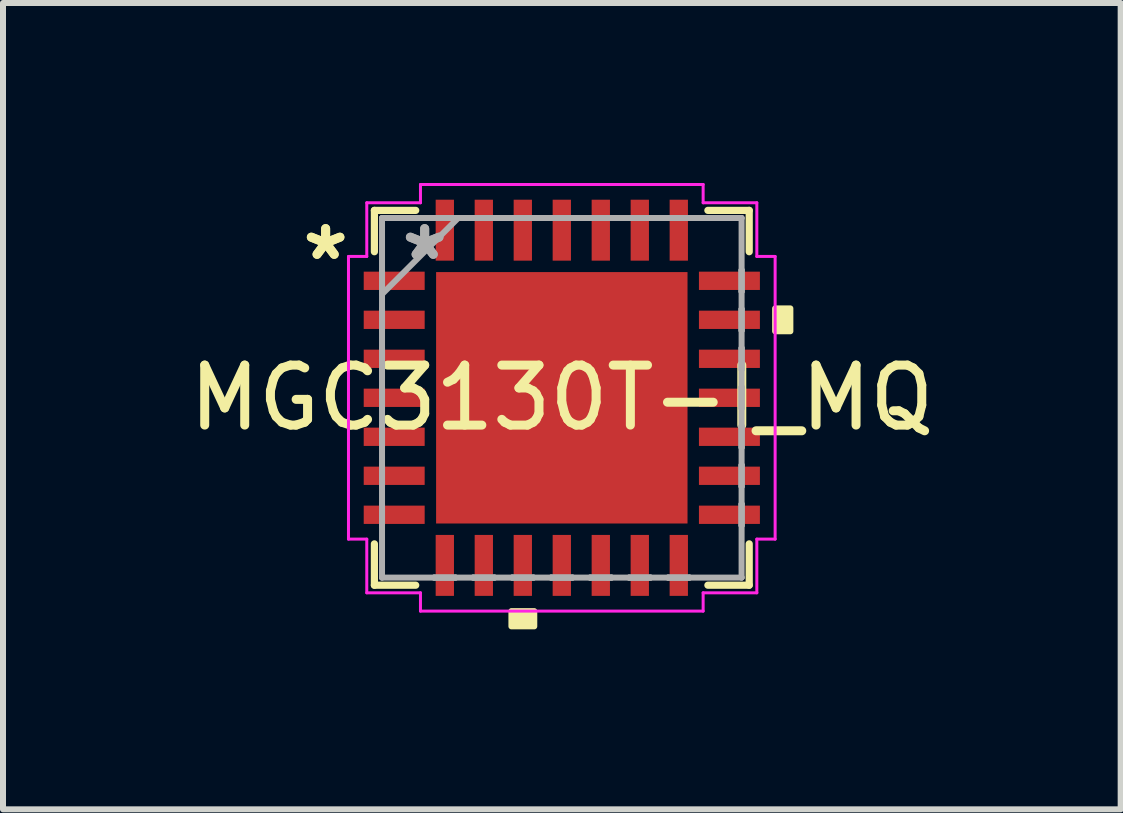
<source format=kicad_pcb>
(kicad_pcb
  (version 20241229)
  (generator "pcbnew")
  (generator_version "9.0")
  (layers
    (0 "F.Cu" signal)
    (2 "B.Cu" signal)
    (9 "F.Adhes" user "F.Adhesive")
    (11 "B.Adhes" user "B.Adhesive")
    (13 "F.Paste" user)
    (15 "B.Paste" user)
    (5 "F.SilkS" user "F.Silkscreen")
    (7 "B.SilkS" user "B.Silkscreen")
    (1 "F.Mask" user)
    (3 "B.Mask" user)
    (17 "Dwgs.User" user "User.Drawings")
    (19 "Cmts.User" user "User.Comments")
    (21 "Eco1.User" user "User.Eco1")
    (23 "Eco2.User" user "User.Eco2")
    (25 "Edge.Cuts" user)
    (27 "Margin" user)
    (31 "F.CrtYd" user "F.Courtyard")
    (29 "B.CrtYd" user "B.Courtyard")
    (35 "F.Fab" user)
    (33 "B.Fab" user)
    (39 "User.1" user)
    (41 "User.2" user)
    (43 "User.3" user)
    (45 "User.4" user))
  (footprint "MGC3130T-I_MQ"
    (layer "F.Cu")
    (at 6.315 3.581)
    (property "Reference" "MGC3130T-I_MQ" (at 0 0 0) (layer "F.SilkS") (effects (font (size 1 1) (thickness 0.15))))
    (attr through_hole)
    (fp_line (start -3.124 -3.124) (end -3.124 -2.435) (stroke (width 0.12) (type solid)) (layer "F.SilkS"))
    (fp_line (start -3.124 2.435) (end -3.124 3.124) (stroke (width 0.12) (type solid)) (layer "F.SilkS"))
    (fp_line (start -3.124 3.124) (end -2.435 3.124) (stroke (width 0.12) (type solid)) (layer "F.SilkS"))
    (fp_line (start -2.435 -3.124) (end -3.124 -3.124) (stroke (width 0.12) (type solid)) (layer "F.SilkS"))
    (fp_line (start 2.435 3.124) (end 3.124 3.124) (stroke (width 0.12) (type solid)) (layer "F.SilkS"))
    (fp_line (start 3.124 -3.124) (end 2.435 -3.124) (stroke (width 0.12) (type solid)) (layer "F.SilkS"))
    (fp_line (start 3.124 -2.435) (end 3.124 -3.124) (stroke (width 0.12) (type solid)) (layer "F.SilkS"))
    (fp_line (start 3.124 3.124) (end 3.124 2.435) (stroke (width 0.12) (type solid)) (layer "F.SilkS"))
    (fp_poly (pts (xy -0.84 3.556) (xy -0.84 3.81) (xy -0.459 3.81) (xy -0.459 3.556)) (stroke (width 0.1) (type solid)) (fill yes) (layer "F.SilkS"))
    (fp_poly (pts (xy 3.81 -1.49) (xy 3.81 -1.109) (xy 3.556 -1.109) (xy 3.556 -1.49)) (stroke (width 0.1) (type solid)) (fill yes) (layer "F.SilkS"))
    (fp_line (start -3.556 -2.356) (end -3.251 -2.356) (stroke (width 0.05) (type solid)) (layer "F.CrtYd"))
    (fp_line (start -3.556 2.356) (end -3.556 -2.356) (stroke (width 0.05) (type solid)) (layer "F.CrtYd"))
    (fp_line (start -3.251 -3.251) (end -2.356 -3.251) (stroke (width 0.05) (type solid)) (layer "F.CrtYd"))
    (fp_line (start -3.251 -2.356) (end -3.251 -3.251) (stroke (width 0.05) (type solid)) (layer "F.CrtYd"))
    (fp_line (start -3.251 2.356) (end -3.556 2.356) (stroke (width 0.05) (type solid)) (layer "F.CrtYd"))
    (fp_line (start -3.251 3.251) (end -3.251 2.356) (stroke (width 0.05) (type solid)) (layer "F.CrtYd"))
    (fp_line (start -2.356 -3.556) (end 2.356 -3.556) (stroke (width 0.05) (type solid)) (layer "F.CrtYd"))
    (fp_line (start -2.356 -3.251) (end -2.356 -3.556) (stroke (width 0.05) (type solid)) (layer "F.CrtYd"))
    (fp_line (start -2.356 3.251) (end -3.251 3.251) (stroke (width 0.05) (type solid)) (layer "F.CrtYd"))
    (fp_line (start -2.356 3.556) (end -2.356 3.251) (stroke (width 0.05) (type solid)) (layer "F.CrtYd"))
    (fp_line (start 2.356 -3.556) (end 2.356 -3.251) (stroke (width 0.05) (type solid)) (layer "F.CrtYd"))
    (fp_line (start 2.356 -3.251) (end 3.251 -3.251) (stroke (width 0.05) (type solid)) (layer "F.CrtYd"))
    (fp_line (start 2.356 3.251) (end 2.356 3.556) (stroke (width 0.05) (type solid)) (layer "F.CrtYd"))
    (fp_line (start 2.356 3.556) (end -2.356 3.556) (stroke (width 0.05) (type solid)) (layer "F.CrtYd"))
    (fp_line (start 3.251 -3.251) (end 3.251 -2.356) (stroke (width 0.05) (type solid)) (layer "F.CrtYd"))
    (fp_line (start 3.251 -2.356) (end 3.556 -2.356) (stroke (width 0.05) (type solid)) (layer "F.CrtYd"))
    (fp_line (start 3.251 2.356) (end 3.251 3.251) (stroke (width 0.05) (type solid)) (layer "F.CrtYd"))
    (fp_line (start 3.251 3.251) (end 2.356 3.251) (stroke (width 0.05) (type solid)) (layer "F.CrtYd"))
    (fp_line (start 3.556 -2.356) (end 3.556 2.356) (stroke (width 0.05) (type solid)) (layer "F.CrtYd"))
    (fp_line (start 3.556 2.356) (end 3.251 2.356) (stroke (width 0.05) (type solid)) (layer "F.CrtYd"))
    (fp_line (start -2.997 -2.997) (end -2.997 -2.997) (stroke (width 0.1) (type solid)) (layer "F.Fab"))
    (fp_line (start -2.997 -2.997) (end -2.997 2.997) (stroke (width 0.1) (type solid)) (layer "F.Fab"))
    (fp_line (start -2.997 -2.128) (end -2.997 -2.128) (stroke (width 0.1) (type solid)) (layer "F.Fab"))
    (fp_line (start -2.997 -2.128) (end -2.997 -1.772) (stroke (width 0.1) (type solid)) (layer "F.Fab"))
    (fp_line (start -2.997 -1.772) (end -2.997 -2.128) (stroke (width 0.1) (type solid)) (layer "F.Fab"))
    (fp_line (start -2.997 -1.772) (end -2.997 -1.772) (stroke (width 0.1) (type solid)) (layer "F.Fab"))
    (fp_line (start -2.997 -1.727) (end -1.727 -2.997) (stroke (width 0.1) (type solid)) (layer "F.Fab"))
    (fp_line (start -2.997 -1.478) (end -2.997 -1.478) (stroke (width 0.1) (type solid)) (layer "F.Fab"))
    (fp_line (start -2.997 -1.478) (end -2.997 -1.122) (stroke (width 0.1) (type solid)) (layer "F.Fab"))
    (fp_line (start -2.997 -1.122) (end -2.997 -1.478) (stroke (width 0.1) (type solid)) (layer "F.Fab"))
    (fp_line (start -2.997 -1.122) (end -2.997 -1.122) (stroke (width 0.1) (type solid)) (layer "F.Fab"))
    (fp_line (start -2.997 -0.828) (end -2.997 -0.828) (stroke (width 0.1) (type solid)) (layer "F.Fab"))
    (fp_line (start -2.997 -0.828) (end -2.997 -0.472) (stroke (width 0.1) (type solid)) (layer "F.Fab"))
    (fp_line (start -2.997 -0.472) (end -2.997 -0.828) (stroke (width 0.1) (type solid)) (layer "F.Fab"))
    (fp_line (start -2.997 -0.472) (end -2.997 -0.472) (stroke (width 0.1) (type solid)) (layer "F.Fab"))
    (fp_line (start -2.997 -0.178) (end -2.997 -0.178) (stroke (width 0.1) (type solid)) (layer "F.Fab"))
    (fp_line (start -2.997 -0.178) (end -2.997 0.178) (stroke (width 0.1) (type solid)) (layer "F.Fab"))
    (fp_line (start -2.997 0.178) (end -2.997 -0.178) (stroke (width 0.1) (type solid)) (layer "F.Fab"))
    (fp_line (start -2.997 0.178) (end -2.997 0.178) (stroke (width 0.1) (type solid)) (layer "F.Fab"))
    (fp_line (start -2.997 0.472) (end -2.997 0.472) (stroke (width 0.1) (type solid)) (layer "F.Fab"))
    (fp_line (start -2.997 0.472) (end -2.997 0.828) (stroke (width 0.1) (type solid)) (layer "F.Fab"))
    (fp_line (start -2.997 0.828) (end -2.997 0.472) (stroke (width 0.1) (type solid)) (layer "F.Fab"))
    (fp_line (start -2.997 0.828) (end -2.997 0.828) (stroke (width 0.1) (type solid)) (layer "F.Fab"))
    (fp_line (start -2.997 1.122) (end -2.997 1.122) (stroke (width 0.1) (type solid)) (layer "F.Fab"))
    (fp_line (start -2.997 1.122) (end -2.997 1.478) (stroke (width 0.1) (type solid)) (layer "F.Fab"))
    (fp_line (start -2.997 1.478) (end -2.997 1.122) (stroke (width 0.1) (type solid)) (layer "F.Fab"))
    (fp_line (start -2.997 1.478) (end -2.997 1.478) (stroke (width 0.1) (type solid)) (layer "F.Fab"))
    (fp_line (start -2.997 1.772) (end -2.997 1.772) (stroke (width 0.1) (type solid)) (layer "F.Fab"))
    (fp_line (start -2.997 1.772) (end -2.997 2.128) (stroke (width 0.1) (type solid)) (layer "F.Fab"))
    (fp_line (start -2.997 2.128) (end -2.997 1.772) (stroke (width 0.1) (type solid)) (layer "F.Fab"))
    (fp_line (start -2.997 2.128) (end -2.997 2.128) (stroke (width 0.1) (type solid)) (layer "F.Fab"))
    (fp_line (start -2.997 2.997) (end -2.997 2.997) (stroke (width 0.1) (type solid)) (layer "F.Fab"))
    (fp_line (start -2.997 2.997) (end 2.997 2.997) (stroke (width 0.1) (type solid)) (layer "F.Fab"))
    (fp_line (start -2.128 -2.997) (end -2.128 -2.997) (stroke (width 0.1) (type solid)) (layer "F.Fab"))
    (fp_line (start -2.128 -2.997) (end -1.772 -2.997) (stroke (width 0.1) (type solid)) (layer "F.Fab"))
    (fp_line (start -2.128 2.997) (end -2.128 2.997) (stroke (width 0.1) (type solid)) (layer "F.Fab"))
    (fp_line (start -2.128 2.997) (end -1.772 2.997) (stroke (width 0.1) (type solid)) (layer "F.Fab"))
    (fp_line (start -1.772 -2.997) (end -2.128 -2.997) (stroke (width 0.1) (type solid)) (layer "F.Fab"))
    (fp_line (start -1.772 -2.997) (end -1.772 -2.997) (stroke (width 0.1) (type solid)) (layer "F.Fab"))
    (fp_line (start -1.772 2.997) (end -2.128 2.997) (stroke (width 0.1) (type solid)) (layer "F.Fab"))
    (fp_line (start -1.772 2.997) (end -1.772 2.997) (stroke (width 0.1) (type solid)) (layer "F.Fab"))
    (fp_line (start -1.478 -2.997) (end -1.478 -2.997) (stroke (width 0.1) (type solid)) (layer "F.Fab"))
    (fp_line (start -1.478 -2.997) (end -1.122 -2.997) (stroke (width 0.1) (type solid)) (layer "F.Fab"))
    (fp_line (start -1.478 2.997) (end -1.478 2.997) (stroke (width 0.1) (type solid)) (layer "F.Fab"))
    (fp_line (start -1.478 2.997) (end -1.122 2.997) (stroke (width 0.1) (type solid)) (layer "F.Fab"))
    (fp_line (start -1.122 -2.997) (end -1.478 -2.997) (stroke (width 0.1) (type solid)) (layer "F.Fab"))
    (fp_line (start -1.122 -2.997) (end -1.122 -2.997) (stroke (width 0.1) (type solid)) (layer "F.Fab"))
    (fp_line (start -1.122 2.997) (end -1.478 2.997) (stroke (width 0.1) (type solid)) (layer "F.Fab"))
    (fp_line (start -1.122 2.997) (end -1.122 2.997) (stroke (width 0.1) (type solid)) (layer "F.Fab"))
    (fp_line (start -0.828 -2.997) (end -0.828 -2.997) (stroke (width 0.1) (type solid)) (layer "F.Fab"))
    (fp_line (start -0.828 -2.997) (end -0.472 -2.997) (stroke (width 0.1) (type solid)) (layer "F.Fab"))
    (fp_line (start -0.828 2.997) (end -0.828 2.997) (stroke (width 0.1) (type solid)) (layer "F.Fab"))
    (fp_line (start -0.828 2.997) (end -0.472 2.997) (stroke (width 0.1) (type solid)) (layer "F.Fab"))
    (fp_line (start -0.472 -2.997) (end -0.828 -2.997) (stroke (width 0.1) (type solid)) (layer "F.Fab"))
    (fp_line (start -0.472 -2.997) (end -0.472 -2.997) (stroke (width 0.1) (type solid)) (layer "F.Fab"))
    (fp_line (start -0.472 2.997) (end -0.828 2.997) (stroke (width 0.1) (type solid)) (layer "F.Fab"))
    (fp_line (start -0.472 2.997) (end -0.472 2.997) (stroke (width 0.1) (type solid)) (layer "F.Fab"))
    (fp_line (start -0.178 -2.997) (end -0.178 -2.997) (stroke (width 0.1) (type solid)) (layer "F.Fab"))
    (fp_line (start -0.178 -2.997) (end 0.178 -2.997) (stroke (width 0.1) (type solid)) (layer "F.Fab"))
    (fp_line (start -0.178 2.997) (end -0.178 2.997) (stroke (width 0.1) (type solid)) (layer "F.Fab"))
    (fp_line (start -0.178 2.997) (end 0.178 2.997) (stroke (width 0.1) (type solid)) (layer "F.Fab"))
    (fp_line (start 0.178 -2.997) (end -0.178 -2.997) (stroke (width 0.1) (type solid)) (layer "F.Fab"))
    (fp_line (start 0.178 -2.997) (end 0.178 -2.997) (stroke (width 0.1) (type solid)) (layer "F.Fab"))
    (fp_line (start 0.178 2.997) (end -0.178 2.997) (stroke (width 0.1) (type solid)) (layer "F.Fab"))
    (fp_line (start 0.178 2.997) (end 0.178 2.997) (stroke (width 0.1) (type solid)) (layer "F.Fab"))
    (fp_line (start 0.472 -2.997) (end 0.472 -2.997) (stroke (width 0.1) (type solid)) (layer "F.Fab"))
    (fp_line (start 0.472 -2.997) (end 0.828 -2.997) (stroke (width 0.1) (type solid)) (layer "F.Fab"))
    (fp_line (start 0.472 2.997) (end 0.472 2.997) (stroke (width 0.1) (type solid)) (layer "F.Fab"))
    (fp_line (start 0.472 2.997) (end 0.828 2.997) (stroke (width 0.1) (type solid)) (layer "F.Fab"))
    (fp_line (start 0.828 -2.997) (end 0.472 -2.997) (stroke (width 0.1) (type solid)) (layer "F.Fab"))
    (fp_line (start 0.828 -2.997) (end 0.828 -2.997) (stroke (width 0.1) (type solid)) (layer "F.Fab"))
    (fp_line (start 0.828 2.997) (end 0.472 2.997) (stroke (width 0.1) (type solid)) (layer "F.Fab"))
    (fp_line (start 0.828 2.997) (end 0.828 2.997) (stroke (width 0.1) (type solid)) (layer "F.Fab"))
    (fp_line (start 1.122 -2.997) (end 1.122 -2.997) (stroke (width 0.1) (type solid)) (layer "F.Fab"))
    (fp_line (start 1.122 -2.997) (end 1.478 -2.997) (stroke (width 0.1) (type solid)) (layer "F.Fab"))
    (fp_line (start 1.122 2.997) (end 1.122 2.997) (stroke (width 0.1) (type solid)) (layer "F.Fab"))
    (fp_line (start 1.122 2.997) (end 1.478 2.997) (stroke (width 0.1) (type solid)) (layer "F.Fab"))
    (fp_line (start 1.478 -2.997) (end 1.122 -2.997) (stroke (width 0.1) (type solid)) (layer "F.Fab"))
    (fp_line (start 1.478 -2.997) (end 1.478 -2.997) (stroke (width 0.1) (type solid)) (layer "F.Fab"))
    (fp_line (start 1.478 2.997) (end 1.122 2.997) (stroke (width 0.1) (type solid)) (layer "F.Fab"))
    (fp_line (start 1.478 2.997) (end 1.478 2.997) (stroke (width 0.1) (type solid)) (layer "F.Fab"))
    (fp_line (start 1.772 -2.997) (end 1.772 -2.997) (stroke (width 0.1) (type solid)) (layer "F.Fab"))
    (fp_line (start 1.772 -2.997) (end 2.128 -2.997) (stroke (width 0.1) (type solid)) (layer "F.Fab"))
    (fp_line (start 1.772 2.997) (end 1.772 2.997) (stroke (width 0.1) (type solid)) (layer "F.Fab"))
    (fp_line (start 1.772 2.997) (end 2.128 2.997) (stroke (width 0.1) (type solid)) (layer "F.Fab"))
    (fp_line (start 2.128 -2.997) (end 1.772 -2.997) (stroke (width 0.1) (type solid)) (layer "F.Fab"))
    (fp_line (start 2.128 -2.997) (end 2.128 -2.997) (stroke (width 0.1) (type solid)) (layer "F.Fab"))
    (fp_line (start 2.128 2.997) (end 1.772 2.997) (stroke (width 0.1) (type solid)) (layer "F.Fab"))
    (fp_line (start 2.128 2.997) (end 2.128 2.997) (stroke (width 0.1) (type solid)) (layer "F.Fab"))
    (fp_line (start 2.997 -2.997) (end -2.997 -2.997) (stroke (width 0.1) (type solid)) (layer "F.Fab"))
    (fp_line (start 2.997 -2.997) (end 2.997 -2.997) (stroke (width 0.1) (type solid)) (layer "F.Fab"))
    (fp_line (start 2.997 -2.128) (end 2.997 -2.128) (stroke (width 0.1) (type solid)) (layer "F.Fab"))
    (fp_line (start 2.997 -2.128) (end 2.997 -1.772) (stroke (width 0.1) (type solid)) (layer "F.Fab"))
    (fp_line (start 2.997 -1.772) (end 2.997 -2.128) (stroke (width 0.1) (type solid)) (layer "F.Fab"))
    (fp_line (start 2.997 -1.772) (end 2.997 -1.772) (stroke (width 0.1) (type solid)) (layer "F.Fab"))
    (fp_line (start 2.997 -1.478) (end 2.997 -1.478) (stroke (width 0.1) (type solid)) (layer "F.Fab"))
    (fp_line (start 2.997 -1.478) (end 2.997 -1.122) (stroke (width 0.1) (type solid)) (layer "F.Fab"))
    (fp_line (start 2.997 -1.122) (end 2.997 -1.478) (stroke (width 0.1) (type solid)) (layer "F.Fab"))
    (fp_line (start 2.997 -1.122) (end 2.997 -1.122) (stroke (width 0.1) (type solid)) (layer "F.Fab"))
    (fp_line (start 2.997 -0.828) (end 2.997 -0.828) (stroke (width 0.1) (type solid)) (layer "F.Fab"))
    (fp_line (start 2.997 -0.828) (end 2.997 -0.472) (stroke (width 0.1) (type solid)) (layer "F.Fab"))
    (fp_line (start 2.997 -0.472) (end 2.997 -0.828) (stroke (width 0.1) (type solid)) (layer "F.Fab"))
    (fp_line (start 2.997 -0.472) (end 2.997 -0.472) (stroke (width 0.1) (type solid)) (layer "F.Fab"))
    (fp_line (start 2.997 -0.178) (end 2.997 -0.178) (stroke (width 0.1) (type solid)) (layer "F.Fab"))
    (fp_line (start 2.997 -0.178) (end 2.997 0.178) (stroke (width 0.1) (type solid)) (layer "F.Fab"))
    (fp_line (start 2.997 0.178) (end 2.997 -0.178) (stroke (width 0.1) (type solid)) (layer "F.Fab"))
    (fp_line (start 2.997 0.178) (end 2.997 0.178) (stroke (width 0.1) (type solid)) (layer "F.Fab"))
    (fp_line (start 2.997 0.472) (end 2.997 0.472) (stroke (width 0.1) (type solid)) (layer "F.Fab"))
    (fp_line (start 2.997 0.472) (end 2.997 0.828) (stroke (width 0.1) (type solid)) (layer "F.Fab"))
    (fp_line (start 2.997 0.828) (end 2.997 0.472) (stroke (width 0.1) (type solid)) (layer "F.Fab"))
    (fp_line (start 2.997 0.828) (end 2.997 0.828) (stroke (width 0.1) (type solid)) (layer "F.Fab"))
    (fp_line (start 2.997 1.122) (end 2.997 1.122) (stroke (width 0.1) (type solid)) (layer "F.Fab"))
    (fp_line (start 2.997 1.122) (end 2.997 1.478) (stroke (width 0.1) (type solid)) (layer "F.Fab"))
    (fp_line (start 2.997 1.478) (end 2.997 1.122) (stroke (width 0.1) (type solid)) (layer "F.Fab"))
    (fp_line (start 2.997 1.478) (end 2.997 1.478) (stroke (width 0.1) (type solid)) (layer "F.Fab"))
    (fp_line (start 2.997 1.772) (end 2.997 1.772) (stroke (width 0.1) (type solid)) (layer "F.Fab"))
    (fp_line (start 2.997 1.772) (end 2.997 2.128) (stroke (width 0.1) (type solid)) (layer "F.Fab"))
    (fp_line (start 2.997 2.128) (end 2.997 1.772) (stroke (width 0.1) (type solid)) (layer "F.Fab"))
    (fp_line (start 2.997 2.128) (end 2.997 2.128) (stroke (width 0.1) (type solid)) (layer "F.Fab"))
    (fp_line (start 2.997 2.997) (end 2.997 -2.997) (stroke (width 0.1) (type solid)) (layer "F.Fab"))
    (fp_line (start 2.997 2.997) (end 2.997 2.997) (stroke (width 0.1) (type solid)) (layer "F.Fab"))
    (fp_text user "*" (at -3.937 -2.275 0) (layer "F.SilkS") (effects (font (size 1 1) (thickness 0.15))))
    (fp_text user "*" (at -3.937 -2.275 0) (layer "F.SilkS") (effects (font (size 1 1) (thickness 0.15))))
    (fp_text user "*" (at -2.286 -2.275 0) (layer "F.Fab") (effects (font (size 1 1) (thickness 0.15))))
    (fp_text user "*" (at -2.286 -2.275 0) (layer "F.Fab") (effects (font (size 1 1) (thickness 0.15))))
    (pad "1" smd rect (at -2.794 -1.95 90) (size 0.305 1.016) (layers "F.Cu" "F.Mask" "F.Paste"))
    (pad "2" smd rect (at -2.794 -1.3 90) (size 0.305 1.016) (layers "F.Cu" "F.Mask" "F.Paste"))
    (pad "3" smd rect (at -2.794 -0.65 90) (size 0.305 1.016) (layers "F.Cu" "F.Mask" "F.Paste"))
    (pad "4" smd rect (at -2.794 0 90) (size 0.305 1.016) (layers "F.Cu" "F.Mask" "F.Paste"))
    (pad "5" smd rect (at -2.794 0.65 90) (size 0.305 1.016) (layers "F.Cu" "F.Mask" "F.Paste"))
    (pad "6" smd rect (at -2.794 1.3 90) (size 0.305 1.016) (layers "F.Cu" "F.Mask" "F.Paste"))
    (pad "7" smd rect (at -2.794 1.95 90) (size 0.305 1.016) (layers "F.Cu" "F.Mask" "F.Paste"))
    (pad "8" smd rect (at -1.95 2.794) (size 0.305 1.016) (layers "F.Cu" "F.Mask" "F.Paste"))
    (pad "9" smd rect (at -1.3 2.794) (size 0.305 1.016) (layers "F.Cu" "F.Mask" "F.Paste"))
    (pad "10" smd rect (at -0.65 2.794) (size 0.305 1.016) (layers "F.Cu" "F.Mask" "F.Paste"))
    (pad "11" smd rect (at 0 2.794) (size 0.305 1.016) (layers "F.Cu" "F.Mask" "F.Paste"))
    (pad "12" smd rect (at 0.65 2.794) (size 0.305 1.016) (layers "F.Cu" "F.Mask" "F.Paste"))
    (pad "13" smd rect (at 1.3 2.794) (size 0.305 1.016) (layers "F.Cu" "F.Mask" "F.Paste"))
    (pad "14" smd rect (at 1.95 2.794) (size 0.305 1.016) (layers "F.Cu" "F.Mask" "F.Paste"))
    (pad "15" smd rect (at 2.794 1.95 90) (size 0.305 1.016) (layers "F.Cu" "F.Mask" "F.Paste"))
    (pad "16" smd rect (at 2.794 1.3 90) (size 0.305 1.016) (layers "F.Cu" "F.Mask" "F.Paste"))
    (pad "17" smd rect (at 2.794 0.65 90) (size 0.305 1.016) (layers "F.Cu" "F.Mask" "F.Paste"))
    (pad "18" smd rect (at 2.794 0 90) (size 0.305 1.016) (layers "F.Cu" "F.Mask" "F.Paste"))
    (pad "19" smd rect (at 2.794 -0.65 90) (size 0.305 1.016) (layers "F.Cu" "F.Mask" "F.Paste"))
    (pad "20" smd rect (at 2.794 -1.3 90) (size 0.305 1.016) (layers "F.Cu" "F.Mask" "F.Paste"))
    (pad "21" smd rect (at 2.794 -1.95 90) (size 0.305 1.016) (layers "F.Cu" "F.Mask" "F.Paste"))
    (pad "22" smd rect (at 1.95 -2.794) (size 0.305 1.016) (layers "F.Cu" "F.Mask" "F.Paste"))
    (pad "23" smd rect (at 1.3 -2.794) (size 0.305 1.016) (layers "F.Cu" "F.Mask" "F.Paste"))
    (pad "24" smd rect (at 0.65 -2.794) (size 0.305 1.016) (layers "F.Cu" "F.Mask" "F.Paste"))
    (pad "25" smd rect (at 0 -2.794) (size 0.305 1.016) (layers "F.Cu" "F.Mask" "F.Paste"))
    (pad "26" smd rect (at -0.65 -2.794) (size 0.305 1.016) (layers "F.Cu" "F.Mask" "F.Paste"))
    (pad "27" smd rect (at -1.3 -2.794) (size 0.305 1.016) (layers "F.Cu" "F.Mask" "F.Paste"))
    (pad "28" smd rect (at -1.95 -2.794) (size 0.305 1.016) (layers "F.Cu" "F.Mask" "F.Paste"))
    (pad "29" smd rect (at 0 0) (size 4.191 4.191) (layers "F.Cu" "F.Mask")))
  (gr_rect
    (start -3 -3)
    (end 15.631 10.441)
    (stroke (width 0.1) (type default))
    (fill no)
    (layer "Edge.Cuts")))
</source>
